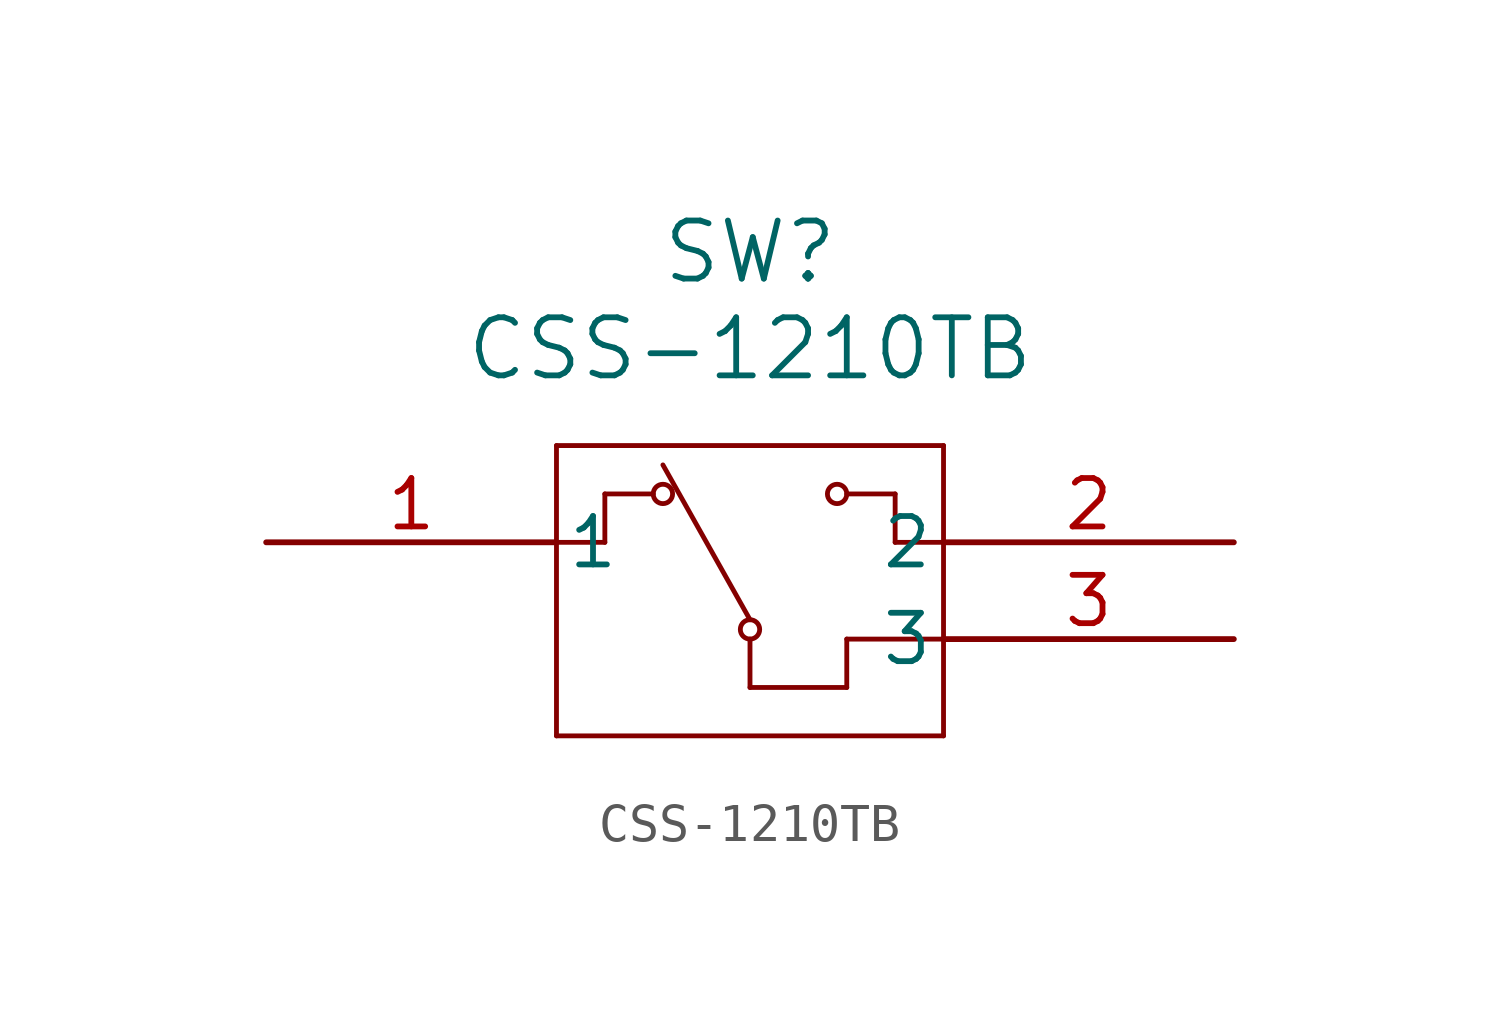
<source format=kicad_sym>
(kicad_symbol_lib
  (version 20211014)
  (generator kicad_symbol_editor)
  (symbol "CSS-1210TB"
    (pin_names
      (offset 0.254))
    (property "Reference" "SW"
      (at 12.7 7.62 0)
      (effects (font (size 1.524 1.524))))
    (property "Value" "CSS-1210TB"
      (at 12.7 5.08 0)
      (effects (font (size 1.524 1.524))))
    (symbol "CSS-1210TB_0_1"
      (polyline (pts (xy 7.62 2.54) (xy 7.62 -5.08)) (stroke (width 0.127) (type default) (color 0 0 0 0)) (fill (type none)))
      (polyline (pts (xy 7.62 -5.08) (xy 17.78 -5.08)) (stroke (width 0.127) (type default) (color 0 0 0 0)) (fill (type none)))
      (polyline (pts (xy 17.78 -5.08) (xy 17.78 2.54)) (stroke (width 0.127) (type default) (color 0 0 0 0)) (fill (type none)))
      (polyline (pts (xy 17.78 2.54) (xy 7.62 2.54)) (stroke (width 0.127) (type default) (color 0 0 0 0)) (fill (type none)))
      (polyline (pts (xy 8.89 1.27) (xy 10.16 1.27)) (stroke (width 0.127) (type default) (color 0 0 0 0)) (fill (type none)))
      (polyline (pts (xy 16.51 0) (xy 17.78 0)) (stroke (width 0.127) (type default) (color 0 0 0 0)) (fill (type none)))
      (polyline (pts (xy 17.78 -2.54) (xy 15.24 -2.54)) (stroke (width 0.127) (type default) (color 0 0 0 0)) (fill (type none)))
      (polyline (pts (xy 15.24 -2.54) (xy 15.24 -3.81)) (stroke (width 0.127) (type default) (color 0 0 0 0)) (fill (type none)))
      (polyline (pts (xy 15.24 -3.81) (xy 12.7 -3.81)) (stroke (width 0.127) (type default) (color 0 0 0 0)) (fill (type none)))
      (polyline (pts (xy 12.7 -3.81) (xy 12.7 -2.54)) (stroke (width 0.127) (type default) (color 0 0 0 0)) (fill (type none)))
      (circle (center 10.414 1.27) (radius 0.254) (stroke (width 0.127) (type default) (color 0 0 0 0)) (fill (type none)))
      (circle (center 14.986 1.27) (radius 0.254) (stroke (width 0.127) (type default) (color 0 0 0 0)) (fill (type none)))
      (circle (center 12.7 -2.286) (radius 0.254) (stroke (width 0.127) (type default) (color 0 0 0 0)) (fill (type none)))
      (polyline (pts (xy 12.7 -2.032) (xy 10.414 2.032)) (stroke (width 0.127) (type default) (color 0 0 0 0)) (fill (type none)))
      (polyline (pts (xy 7.62 0) (xy 8.89 0)) (stroke (width 0.127) (type default) (color 0 0 0 0)) (fill (type none)))
      (polyline (pts (xy 8.89 0) (xy 8.89 1.27)) (stroke (width 0.127) (type default) (color 0 0 0 0)) (fill (type none)))
      (polyline (pts (xy 15.24 1.27) (xy 16.51 1.27)) (stroke (width 0.127) (type default) (color 0 0 0 0)) (fill (type none)))
      (polyline (pts (xy 16.51 1.27) (xy 16.51 0)) (stroke (width 0.127) (type default) (color 0 0 0 0)) (fill (type none)))
      (pin unspecified line (at 0 0 0) (length 7.62) (name "1" (effects (font (size 1.27 1.27)))) (number "1" (effects (font (size 1.27 1.27)))))
      (pin unspecified line (at 25.4 0 180) (length 7.62) (name "2" (effects (font (size 1.27 1.27)))) (number "2" (effects (font (size 1.27 1.27)))))
      (pin unspecified line (at 25.4 -2.54 180) (length 7.62) (name "3" (effects (font (size 1.27 1.27)))) (number "3" (effects (font (size 1.27 1.27))))))))
</source>
